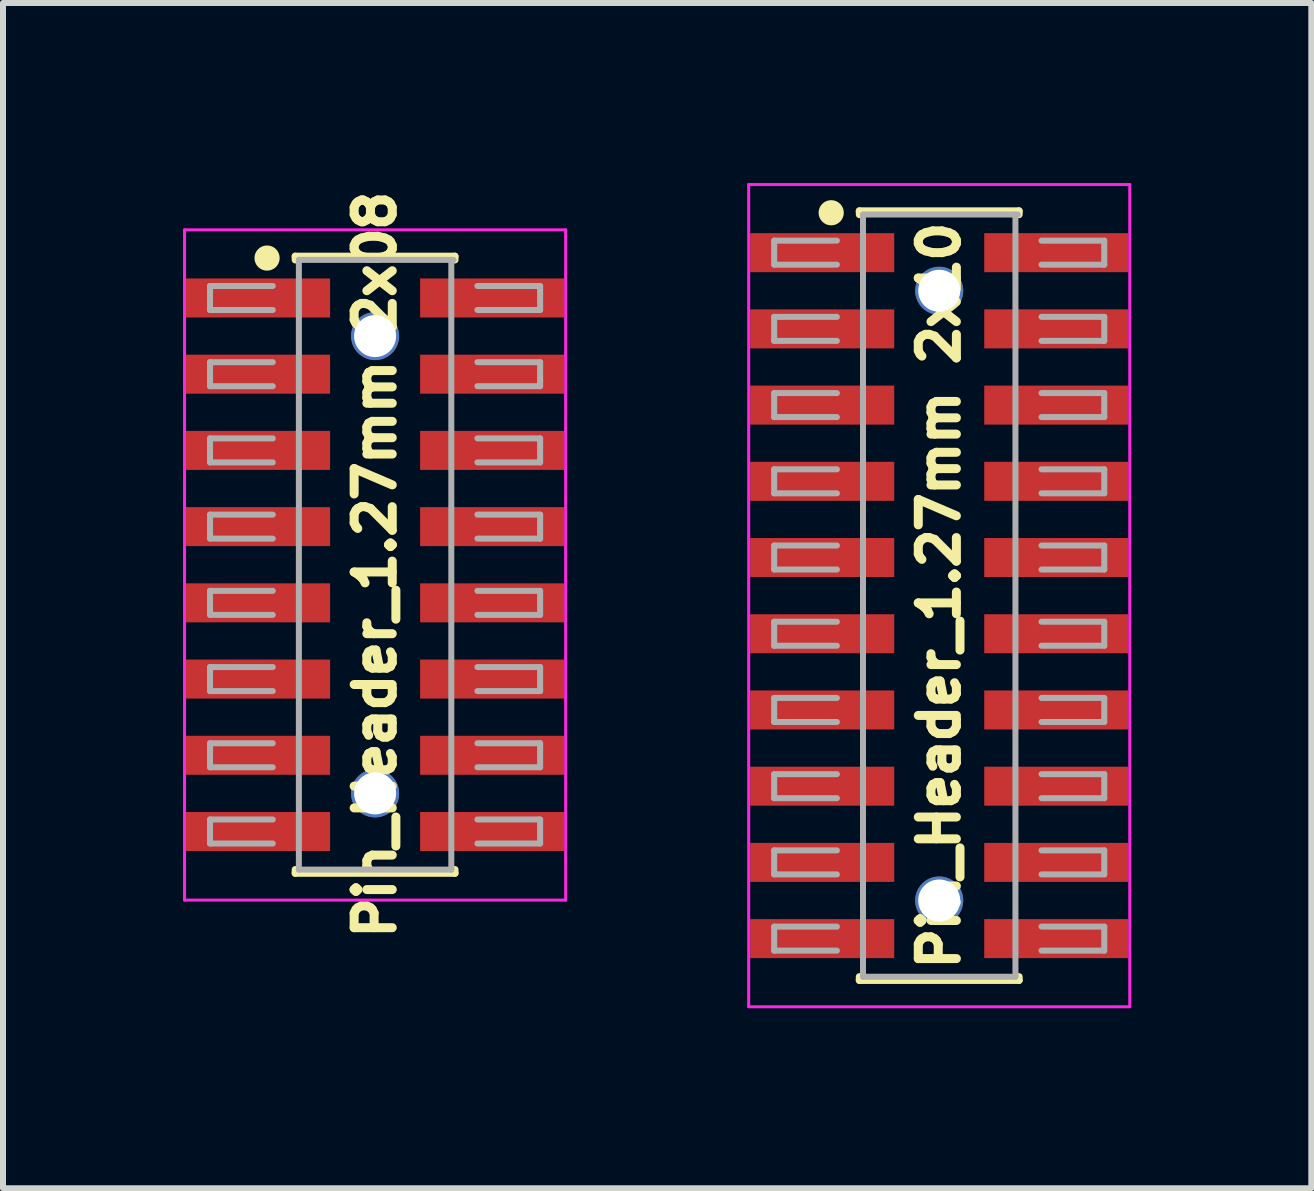
<source format=kicad_pcb>
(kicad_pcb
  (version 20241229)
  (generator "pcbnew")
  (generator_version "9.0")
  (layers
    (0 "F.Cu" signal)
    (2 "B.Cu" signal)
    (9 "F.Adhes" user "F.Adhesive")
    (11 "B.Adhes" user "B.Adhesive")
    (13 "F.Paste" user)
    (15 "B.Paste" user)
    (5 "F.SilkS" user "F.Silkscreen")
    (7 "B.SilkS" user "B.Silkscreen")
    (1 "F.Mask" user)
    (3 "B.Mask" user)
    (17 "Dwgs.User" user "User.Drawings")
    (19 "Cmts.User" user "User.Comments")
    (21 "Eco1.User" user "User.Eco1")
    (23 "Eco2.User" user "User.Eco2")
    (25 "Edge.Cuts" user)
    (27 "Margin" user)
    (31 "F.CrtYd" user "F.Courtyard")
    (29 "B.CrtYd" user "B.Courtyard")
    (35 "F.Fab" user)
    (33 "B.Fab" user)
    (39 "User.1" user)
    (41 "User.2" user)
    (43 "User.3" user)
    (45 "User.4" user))
  (footprint "Pin_Header_1.27mm 2x08"
    (layer "F.Cu")
    (at 3.2 6.36)
    (property "Reference" "Pin_Header_1.27mm 2x08" (at 0 0 90) (unlocked yes) (layer "F.SilkS") (effects (font (size 0.635 0.635) (thickness 0.15))))
    (attr smd)
    (fp_line (start -1.33 -5.14) (end -1.33 -5.08) (stroke (width 0.12) (type solid)) (layer "F.SilkS"))
    (fp_line (start -1.33 -5.14) (end 1.33 -5.14) (stroke (width 0.12) (type solid)) (layer "F.SilkS"))
    (fp_line (start -1.33 5.08) (end -1.33 5.14) (stroke (width 0.12) (type solid)) (layer "F.SilkS"))
    (fp_line (start -1.33 5.14) (end 1.33 5.14) (stroke (width 0.12) (type solid)) (layer "F.SilkS"))
    (fp_line (start 1.33 -5.14) (end 1.33 -5.08) (stroke (width 0.12) (type solid)) (layer "F.SilkS"))
    (fp_line (start 1.33 5.08) (end 1.33 5.14) (stroke (width 0.12) (type solid)) (layer "F.SilkS"))
    (fp_circle (center -1.8 -5.11) (end -1.65 -5.11) (stroke (width 0.12) (type solid)) (fill yes) (layer "F.SilkS"))
    (fp_line (start -3.175 -5.58) (end -3.175 5.588) (stroke (width 0.05) (type solid)) (layer "F.CrtYd"))
    (fp_line (start -3.175 5.588) (end 3.175 5.588) (stroke (width 0.05) (type solid)) (layer "F.CrtYd"))
    (fp_line (start 3.175 -5.58) (end -3.175 -5.58) (stroke (width 0.05) (type solid)) (layer "F.CrtYd"))
    (fp_line (start 3.175 5.588) (end 3.175 -5.58) (stroke (width 0.05) (type solid)) (layer "F.CrtYd"))
    (fp_line (start -2.75 -4.645) (end -2.75 -4.245) (stroke (width 0.1) (type solid)) (layer "F.Fab"))
    (fp_line (start -2.75 -4.245) (end -1.705 -4.245) (stroke (width 0.1) (type solid)) (layer "F.Fab"))
    (fp_line (start -2.75 -3.375) (end -2.75 -2.975) (stroke (width 0.1) (type solid)) (layer "F.Fab"))
    (fp_line (start -2.75 -2.975) (end -1.705 -2.975) (stroke (width 0.1) (type solid)) (layer "F.Fab"))
    (fp_line (start -2.75 -2.105) (end -2.75 -1.705) (stroke (width 0.1) (type solid)) (layer "F.Fab"))
    (fp_line (start -2.75 -1.705) (end -1.705 -1.705) (stroke (width 0.1) (type solid)) (layer "F.Fab"))
    (fp_line (start -2.75 -0.835) (end -2.75 -0.435) (stroke (width 0.1) (type solid)) (layer "F.Fab"))
    (fp_line (start -2.75 -0.435) (end -1.705 -0.435) (stroke (width 0.1) (type solid)) (layer "F.Fab"))
    (fp_line (start -2.75 0.435) (end -2.75 0.835) (stroke (width 0.1) (type solid)) (layer "F.Fab"))
    (fp_line (start -2.75 0.835) (end -1.705 0.835) (stroke (width 0.1) (type solid)) (layer "F.Fab"))
    (fp_line (start -2.75 1.705) (end -2.75 2.105) (stroke (width 0.1) (type solid)) (layer "F.Fab"))
    (fp_line (start -2.75 2.105) (end -1.705 2.105) (stroke (width 0.1) (type solid)) (layer "F.Fab"))
    (fp_line (start -2.75 2.975) (end -2.75 3.375) (stroke (width 0.1) (type solid)) (layer "F.Fab"))
    (fp_line (start -2.75 3.375) (end -1.705 3.375) (stroke (width 0.1) (type solid)) (layer "F.Fab"))
    (fp_line (start -2.75 4.245) (end -2.75 4.645) (stroke (width 0.1) (type solid)) (layer "F.Fab"))
    (fp_line (start -2.75 4.645) (end -1.705 4.645) (stroke (width 0.1) (type solid)) (layer "F.Fab"))
    (fp_line (start -1.705 -4.645) (end -2.75 -4.645) (stroke (width 0.1) (type solid)) (layer "F.Fab"))
    (fp_line (start -1.705 -3.375) (end -2.75 -3.375) (stroke (width 0.1) (type solid)) (layer "F.Fab"))
    (fp_line (start -1.705 -2.105) (end -2.75 -2.105) (stroke (width 0.1) (type solid)) (layer "F.Fab"))
    (fp_line (start -1.705 -0.835) (end -2.75 -0.835) (stroke (width 0.1) (type solid)) (layer "F.Fab"))
    (fp_line (start -1.705 0.435) (end -2.75 0.435) (stroke (width 0.1) (type solid)) (layer "F.Fab"))
    (fp_line (start -1.705 1.705) (end -2.75 1.705) (stroke (width 0.1) (type solid)) (layer "F.Fab"))
    (fp_line (start -1.705 2.975) (end -2.75 2.975) (stroke (width 0.1) (type solid)) (layer "F.Fab"))
    (fp_line (start -1.705 4.245) (end -2.75 4.245) (stroke (width 0.1) (type solid)) (layer "F.Fab"))
    (fp_line (start -1.27 -5.08) (end 1.308 -5.08) (stroke (width 0.1) (type solid)) (layer "F.Fab"))
    (fp_line (start -1.27 5.08) (end -1.27 -5.08) (stroke (width 0.1) (type solid)) (layer "F.Fab"))
    (fp_line (start 1.27 -5.08) (end 1.27 5.08) (stroke (width 0.1) (type solid)) (layer "F.Fab"))
    (fp_line (start 1.27 5.08) (end -1.27 5.08) (stroke (width 0.1) (type solid)) (layer "F.Fab"))
    (fp_line (start 1.705 -4.645) (end 2.75 -4.645) (stroke (width 0.1) (type solid)) (layer "F.Fab"))
    (fp_line (start 1.705 -3.375) (end 2.75 -3.375) (stroke (width 0.1) (type solid)) (layer "F.Fab"))
    (fp_line (start 1.705 -2.105) (end 2.75 -2.105) (stroke (width 0.1) (type solid)) (layer "F.Fab"))
    (fp_line (start 1.705 -0.835) (end 2.75 -0.835) (stroke (width 0.1) (type solid)) (layer "F.Fab"))
    (fp_line (start 1.705 0.435) (end 2.75 0.435) (stroke (width 0.1) (type solid)) (layer "F.Fab"))
    (fp_line (start 1.705 1.705) (end 2.75 1.705) (stroke (width 0.1) (type solid)) (layer "F.Fab"))
    (fp_line (start 1.705 2.975) (end 2.75 2.975) (stroke (width 0.1) (type solid)) (layer "F.Fab"))
    (fp_line (start 1.705 4.245) (end 2.75 4.245) (stroke (width 0.1) (type solid)) (layer "F.Fab"))
    (fp_line (start 2.75 -4.645) (end 2.75 -4.245) (stroke (width 0.1) (type solid)) (layer "F.Fab"))
    (fp_line (start 2.75 -4.245) (end 1.705 -4.245) (stroke (width 0.1) (type solid)) (layer "F.Fab"))
    (fp_line (start 2.75 -3.375) (end 2.75 -2.975) (stroke (width 0.1) (type solid)) (layer "F.Fab"))
    (fp_line (start 2.75 -2.975) (end 1.705 -2.975) (stroke (width 0.1) (type solid)) (layer "F.Fab"))
    (fp_line (start 2.75 -2.105) (end 2.75 -1.705) (stroke (width 0.1) (type solid)) (layer "F.Fab"))
    (fp_line (start 2.75 -1.705) (end 1.705 -1.705) (stroke (width 0.1) (type solid)) (layer "F.Fab"))
    (fp_line (start 2.75 -0.835) (end 2.75 -0.435) (stroke (width 0.1) (type solid)) (layer "F.Fab"))
    (fp_line (start 2.75 -0.435) (end 1.705 -0.435) (stroke (width 0.1) (type solid)) (layer "F.Fab"))
    (fp_line (start 2.75 0.435) (end 2.75 0.835) (stroke (width 0.1) (type solid)) (layer "F.Fab"))
    (fp_line (start 2.75 0.835) (end 1.705 0.835) (stroke (width 0.1) (type solid)) (layer "F.Fab"))
    (fp_line (start 2.75 1.705) (end 2.75 2.105) (stroke (width 0.1) (type solid)) (layer "F.Fab"))
    (fp_line (start 2.75 2.105) (end 1.705 2.105) (stroke (width 0.1) (type solid)) (layer "F.Fab"))
    (fp_line (start 2.75 2.975) (end 2.75 3.375) (stroke (width 0.1) (type solid)) (layer "F.Fab"))
    (fp_line (start 2.75 3.375) (end 1.705 3.375) (stroke (width 0.1) (type solid)) (layer "F.Fab"))
    (fp_line (start 2.75 4.245) (end 2.75 4.645) (stroke (width 0.1) (type solid)) (layer "F.Fab"))
    (fp_line (start 2.75 4.645) (end 1.705 4.645) (stroke (width 0.1) (type solid)) (layer "F.Fab"))
    (pad "" np_thru_hole circle (at 0 -3.81) (size 0.8 0.8) (drill 0.7) (layers "*.Cu" "*.Mask"))
    (pad "" np_thru_hole circle (at 0 3.81) (size 0.8 0.8) (drill 0.7) (layers "*.Cu" "*.Mask"))
    (pad "1" smd rect (at -1.95 -4.445) (size 2.4 0.65) (layers "F.Cu" "F.Mask" "F.Paste"))
    (pad "2" smd rect (at -1.95 -3.175) (size 2.4 0.65) (layers "F.Cu" "F.Mask" "F.Paste"))
    (pad "3" smd rect (at -1.95 -1.905) (size 2.4 0.65) (layers "F.Cu" "F.Mask" "F.Paste"))
    (pad "4" smd rect (at -1.95 -0.635) (size 2.4 0.65) (layers "F.Cu" "F.Mask" "F.Paste"))
    (pad "5" smd rect (at -1.95 0.635) (size 2.4 0.65) (layers "F.Cu" "F.Mask" "F.Paste"))
    (pad "6" smd rect (at -1.95 1.905) (size 2.4 0.65) (layers "F.Cu" "F.Mask" "F.Paste"))
    (pad "7" smd rect (at -1.95 3.175) (size 2.4 0.65) (layers "F.Cu" "F.Mask" "F.Paste"))
    (pad "8" smd rect (at -1.95 4.445) (size 2.4 0.65) (layers "F.Cu" "F.Mask" "F.Paste"))
    (pad "9" smd rect (at 1.95 4.445) (size 2.4 0.65) (layers "F.Cu" "F.Mask" "F.Paste"))
    (pad "10" smd rect (at 1.95 3.175) (size 2.4 0.65) (layers "F.Cu" "F.Mask" "F.Paste"))
    (pad "11" smd rect (at 1.95 1.905) (size 2.4 0.65) (layers "F.Cu" "F.Mask" "F.Paste"))
    (pad "12" smd rect (at 1.95 0.635) (size 2.4 0.65) (layers "F.Cu" "F.Mask" "F.Paste"))
    (pad "13" smd rect (at 1.95 -0.635) (size 2.4 0.65) (layers "F.Cu" "F.Mask" "F.Paste"))
    (pad "14" smd rect (at 1.95 -1.905) (size 2.4 0.65) (layers "F.Cu" "F.Mask" "F.Paste"))
    (pad "15" smd rect (at 1.95 -3.175) (size 2.4 0.65) (layers "F.Cu" "F.Mask" "F.Paste"))
    (pad "16" smd rect (at 1.95 -4.445) (size 2.4 0.65) (layers "F.Cu" "F.Mask" "F.Paste")))
  (footprint "Pin_Header_1.27mm 2x10"
    (layer "F.Cu")
    (at 12.6 6.875)
    (property "Reference" "Pin_Header_1.27mm 2x10" (at 0 0 90) (unlocked yes) (layer "F.SilkS") (effects (font (size 0.635 0.635) (thickness 0.15))))
    (attr smd)
    (fp_line (start -1.33 -6.41) (end -1.33 -6.35) (stroke (width 0.12) (type solid)) (layer "F.SilkS"))
    (fp_line (start -1.33 -6.41) (end 1.33 -6.41) (stroke (width 0.12) (type solid)) (layer "F.SilkS"))
    (fp_line (start -1.33 6.35) (end -1.33 6.41) (stroke (width 0.12) (type solid)) (layer "F.SilkS"))
    (fp_line (start -1.33 6.41) (end 1.33 6.41) (stroke (width 0.12) (type solid)) (layer "F.SilkS"))
    (fp_line (start 1.33 -6.41) (end 1.33 -6.35) (stroke (width 0.12) (type solid)) (layer "F.SilkS"))
    (fp_line (start 1.33 6.35) (end 1.33 6.41) (stroke (width 0.12) (type solid)) (layer "F.SilkS"))
    (fp_circle (center -1.8 -6.38) (end -1.65 -6.38) (stroke (width 0.12) (type solid)) (fill yes) (layer "F.SilkS"))
    (fp_line (start -3.175 -6.85) (end -3.175 6.85) (stroke (width 0.05) (type solid)) (layer "F.CrtYd"))
    (fp_line (start -3.175 6.85) (end 3.175 6.85) (stroke (width 0.05) (type solid)) (layer "F.CrtYd"))
    (fp_line (start 3.175 -6.85) (end -3.175 -6.85) (stroke (width 0.05) (type solid)) (layer "F.CrtYd"))
    (fp_line (start 3.175 6.85) (end 3.175 -6.85) (stroke (width 0.05) (type solid)) (layer "F.CrtYd"))
    (fp_line (start -2.75 -5.915) (end -2.75 -5.515) (stroke (width 0.1) (type solid)) (layer "F.Fab"))
    (fp_line (start -2.75 -5.515) (end -1.705 -5.515) (stroke (width 0.1) (type solid)) (layer "F.Fab"))
    (fp_line (start -2.75 -4.645) (end -2.75 -4.245) (stroke (width 0.1) (type solid)) (layer "F.Fab"))
    (fp_line (start -2.75 -4.245) (end -1.705 -4.245) (stroke (width 0.1) (type solid)) (layer "F.Fab"))
    (fp_line (start -2.75 -3.375) (end -2.75 -2.975) (stroke (width 0.1) (type solid)) (layer "F.Fab"))
    (fp_line (start -2.75 -2.975) (end -1.705 -2.975) (stroke (width 0.1) (type solid)) (layer "F.Fab"))
    (fp_line (start -2.75 -2.105) (end -2.75 -1.705) (stroke (width 0.1) (type solid)) (layer "F.Fab"))
    (fp_line (start -2.75 -1.705) (end -1.705 -1.705) (stroke (width 0.1) (type solid)) (layer "F.Fab"))
    (fp_line (start -2.75 -0.835) (end -2.75 -0.435) (stroke (width 0.1) (type solid)) (layer "F.Fab"))
    (fp_line (start -2.75 -0.435) (end -1.705 -0.435) (stroke (width 0.1) (type solid)) (layer "F.Fab"))
    (fp_line (start -2.75 0.435) (end -2.75 0.835) (stroke (width 0.1) (type solid)) (layer "F.Fab"))
    (fp_line (start -2.75 0.835) (end -1.705 0.835) (stroke (width 0.1) (type solid)) (layer "F.Fab"))
    (fp_line (start -2.75 1.705) (end -2.75 2.105) (stroke (width 0.1) (type solid)) (layer "F.Fab"))
    (fp_line (start -2.75 2.105) (end -1.705 2.105) (stroke (width 0.1) (type solid)) (layer "F.Fab"))
    (fp_line (start -2.75 2.975) (end -2.75 3.375) (stroke (width 0.1) (type solid)) (layer "F.Fab"))
    (fp_line (start -2.75 3.375) (end -1.705 3.375) (stroke (width 0.1) (type solid)) (layer "F.Fab"))
    (fp_line (start -2.75 4.245) (end -2.75 4.645) (stroke (width 0.1) (type solid)) (layer "F.Fab"))
    (fp_line (start -2.75 4.645) (end -1.705 4.645) (stroke (width 0.1) (type solid)) (layer "F.Fab"))
    (fp_line (start -2.75 5.515) (end -2.75 5.915) (stroke (width 0.1) (type solid)) (layer "F.Fab"))
    (fp_line (start -2.75 5.915) (end -1.705 5.915) (stroke (width 0.1) (type solid)) (layer "F.Fab"))
    (fp_line (start -1.705 -5.915) (end -2.75 -5.915) (stroke (width 0.1) (type solid)) (layer "F.Fab"))
    (fp_line (start -1.705 -4.645) (end -2.75 -4.645) (stroke (width 0.1) (type solid)) (layer "F.Fab"))
    (fp_line (start -1.705 -3.375) (end -2.75 -3.375) (stroke (width 0.1) (type solid)) (layer "F.Fab"))
    (fp_line (start -1.705 -2.105) (end -2.75 -2.105) (stroke (width 0.1) (type solid)) (layer "F.Fab"))
    (fp_line (start -1.705 -0.835) (end -2.75 -0.835) (stroke (width 0.1) (type solid)) (layer "F.Fab"))
    (fp_line (start -1.705 0.435) (end -2.75 0.435) (stroke (width 0.1) (type solid)) (layer "F.Fab"))
    (fp_line (start -1.705 1.705) (end -2.75 1.705) (stroke (width 0.1) (type solid)) (layer "F.Fab"))
    (fp_line (start -1.705 2.975) (end -2.75 2.975) (stroke (width 0.1) (type solid)) (layer "F.Fab"))
    (fp_line (start -1.705 4.245) (end -2.75 4.245) (stroke (width 0.1) (type solid)) (layer "F.Fab"))
    (fp_line (start -1.705 5.515) (end -2.75 5.515) (stroke (width 0.1) (type solid)) (layer "F.Fab"))
    (fp_line (start -1.27 -6.35) (end 1.308 -6.35) (stroke (width 0.1) (type solid)) (layer "F.Fab"))
    (fp_line (start -1.27 6.35) (end -1.27 -6.35) (stroke (width 0.1) (type solid)) (layer "F.Fab"))
    (fp_line (start 1.27 -6.35) (end 1.27 6.35) (stroke (width 0.1) (type solid)) (layer "F.Fab"))
    (fp_line (start 1.27 6.35) (end -1.27 6.35) (stroke (width 0.1) (type solid)) (layer "F.Fab"))
    (fp_line (start 1.705 -5.915) (end 2.75 -5.915) (stroke (width 0.1) (type solid)) (layer "F.Fab"))
    (fp_line (start 1.705 -4.645) (end 2.75 -4.645) (stroke (width 0.1) (type solid)) (layer "F.Fab"))
    (fp_line (start 1.705 -3.375) (end 2.75 -3.375) (stroke (width 0.1) (type solid)) (layer "F.Fab"))
    (fp_line (start 1.705 -2.105) (end 2.75 -2.105) (stroke (width 0.1) (type solid)) (layer "F.Fab"))
    (fp_line (start 1.705 -0.835) (end 2.75 -0.835) (stroke (width 0.1) (type solid)) (layer "F.Fab"))
    (fp_line (start 1.705 0.435) (end 2.75 0.435) (stroke (width 0.1) (type solid)) (layer "F.Fab"))
    (fp_line (start 1.705 1.705) (end 2.75 1.705) (stroke (width 0.1) (type solid)) (layer "F.Fab"))
    (fp_line (start 1.705 2.975) (end 2.75 2.975) (stroke (width 0.1) (type solid)) (layer "F.Fab"))
    (fp_line (start 1.705 4.245) (end 2.75 4.245) (stroke (width 0.1) (type solid)) (layer "F.Fab"))
    (fp_line (start 1.705 5.515) (end 2.75 5.515) (stroke (width 0.1) (type solid)) (layer "F.Fab"))
    (fp_line (start 2.75 -5.915) (end 2.75 -5.515) (stroke (width 0.1) (type solid)) (layer "F.Fab"))
    (fp_line (start 2.75 -5.515) (end 1.705 -5.515) (stroke (width 0.1) (type solid)) (layer "F.Fab"))
    (fp_line (start 2.75 -4.645) (end 2.75 -4.245) (stroke (width 0.1) (type solid)) (layer "F.Fab"))
    (fp_line (start 2.75 -4.245) (end 1.705 -4.245) (stroke (width 0.1) (type solid)) (layer "F.Fab"))
    (fp_line (start 2.75 -3.375) (end 2.75 -2.975) (stroke (width 0.1) (type solid)) (layer "F.Fab"))
    (fp_line (start 2.75 -2.975) (end 1.705 -2.975) (stroke (width 0.1) (type solid)) (layer "F.Fab"))
    (fp_line (start 2.75 -2.105) (end 2.75 -1.705) (stroke (width 0.1) (type solid)) (layer "F.Fab"))
    (fp_line (start 2.75 -1.705) (end 1.705 -1.705) (stroke (width 0.1) (type solid)) (layer "F.Fab"))
    (fp_line (start 2.75 -0.835) (end 2.75 -0.435) (stroke (width 0.1) (type solid)) (layer "F.Fab"))
    (fp_line (start 2.75 -0.435) (end 1.705 -0.435) (stroke (width 0.1) (type solid)) (layer "F.Fab"))
    (fp_line (start 2.75 0.435) (end 2.75 0.835) (stroke (width 0.1) (type solid)) (layer "F.Fab"))
    (fp_line (start 2.75 0.835) (end 1.705 0.835) (stroke (width 0.1) (type solid)) (layer "F.Fab"))
    (fp_line (start 2.75 1.705) (end 2.75 2.105) (stroke (width 0.1) (type solid)) (layer "F.Fab"))
    (fp_line (start 2.75 2.105) (end 1.705 2.105) (stroke (width 0.1) (type solid)) (layer "F.Fab"))
    (fp_line (start 2.75 2.975) (end 2.75 3.375) (stroke (width 0.1) (type solid)) (layer "F.Fab"))
    (fp_line (start 2.75 3.375) (end 1.705 3.375) (stroke (width 0.1) (type solid)) (layer "F.Fab"))
    (fp_line (start 2.75 4.245) (end 2.75 4.645) (stroke (width 0.1) (type solid)) (layer "F.Fab"))
    (fp_line (start 2.75 4.645) (end 1.705 4.645) (stroke (width 0.1) (type solid)) (layer "F.Fab"))
    (fp_line (start 2.75 5.515) (end 2.75 5.915) (stroke (width 0.1) (type solid)) (layer "F.Fab"))
    (fp_line (start 2.75 5.915) (end 1.705 5.915) (stroke (width 0.1) (type solid)) (layer "F.Fab"))
    (pad "" np_thru_hole circle (at 0 -5.08) (size 0.8 0.8) (drill 0.7) (layers "*.Cu" "*.Mask"))
    (pad "" np_thru_hole circle (at 0 5.08) (size 0.8 0.8) (drill 0.7) (layers "*.Cu" "*.Mask"))
    (pad "1" smd rect (at -1.95 -5.715) (size 2.4 0.65) (layers "F.Cu" "F.Mask" "F.Paste"))
    (pad "2" smd rect (at -1.95 -4.445) (size 2.4 0.65) (layers "F.Cu" "F.Mask" "F.Paste"))
    (pad "3" smd rect (at -1.95 -3.175) (size 2.4 0.65) (layers "F.Cu" "F.Mask" "F.Paste"))
    (pad "4" smd rect (at -1.95 -1.905) (size 2.4 0.65) (layers "F.Cu" "F.Mask" "F.Paste"))
    (pad "5" smd rect (at -1.95 -0.635) (size 2.4 0.65) (layers "F.Cu" "F.Mask" "F.Paste"))
    (pad "6" smd rect (at -1.95 0.635) (size 2.4 0.65) (layers "F.Cu" "F.Mask" "F.Paste"))
    (pad "7" smd rect (at -1.95 1.905) (size 2.4 0.65) (layers "F.Cu" "F.Mask" "F.Paste"))
    (pad "8" smd rect (at -1.95 3.175) (size 2.4 0.65) (layers "F.Cu" "F.Mask" "F.Paste"))
    (pad "9" smd rect (at -1.95 4.445) (size 2.4 0.65) (layers "F.Cu" "F.Mask" "F.Paste"))
    (pad "10" smd rect (at -1.95 5.715) (size 2.4 0.65) (layers "F.Cu" "F.Mask" "F.Paste"))
    (pad "11" smd rect (at 1.95 5.715) (size 2.4 0.65) (layers "F.Cu" "F.Mask" "F.Paste"))
    (pad "12" smd rect (at 1.95 4.445) (size 2.4 0.65) (layers "F.Cu" "F.Mask" "F.Paste"))
    (pad "13" smd rect (at 1.95 3.175) (size 2.4 0.65) (layers "F.Cu" "F.Mask" "F.Paste"))
    (pad "14" smd rect (at 1.95 1.905) (size 2.4 0.65) (layers "F.Cu" "F.Mask" "F.Paste"))
    (pad "15" smd rect (at 1.95 0.635) (size 2.4 0.65) (layers "F.Cu" "F.Mask" "F.Paste"))
    (pad "16" smd rect (at 1.95 -0.635) (size 2.4 0.65) (layers "F.Cu" "F.Mask" "F.Paste"))
    (pad "17" smd rect (at 1.95 -1.905) (size 2.4 0.65) (layers "F.Cu" "F.Mask" "F.Paste"))
    (pad "18" smd rect (at 1.95 -3.175) (size 2.4 0.65) (layers "F.Cu" "F.Mask" "F.Paste"))
    (pad "19" smd rect (at 1.95 -4.445) (size 2.4 0.65) (layers "F.Cu" "F.Mask" "F.Paste"))
    (pad "20" smd rect (at 1.95 -5.715) (size 2.4 0.65) (layers "F.Cu" "F.Mask" "F.Paste")))
  (gr_rect
    (start -3 -3)
    (end 18.8 16.75)
    (stroke (width 0.1) (type default))
    (fill no)
    (layer "Edge.Cuts")))
</source>
